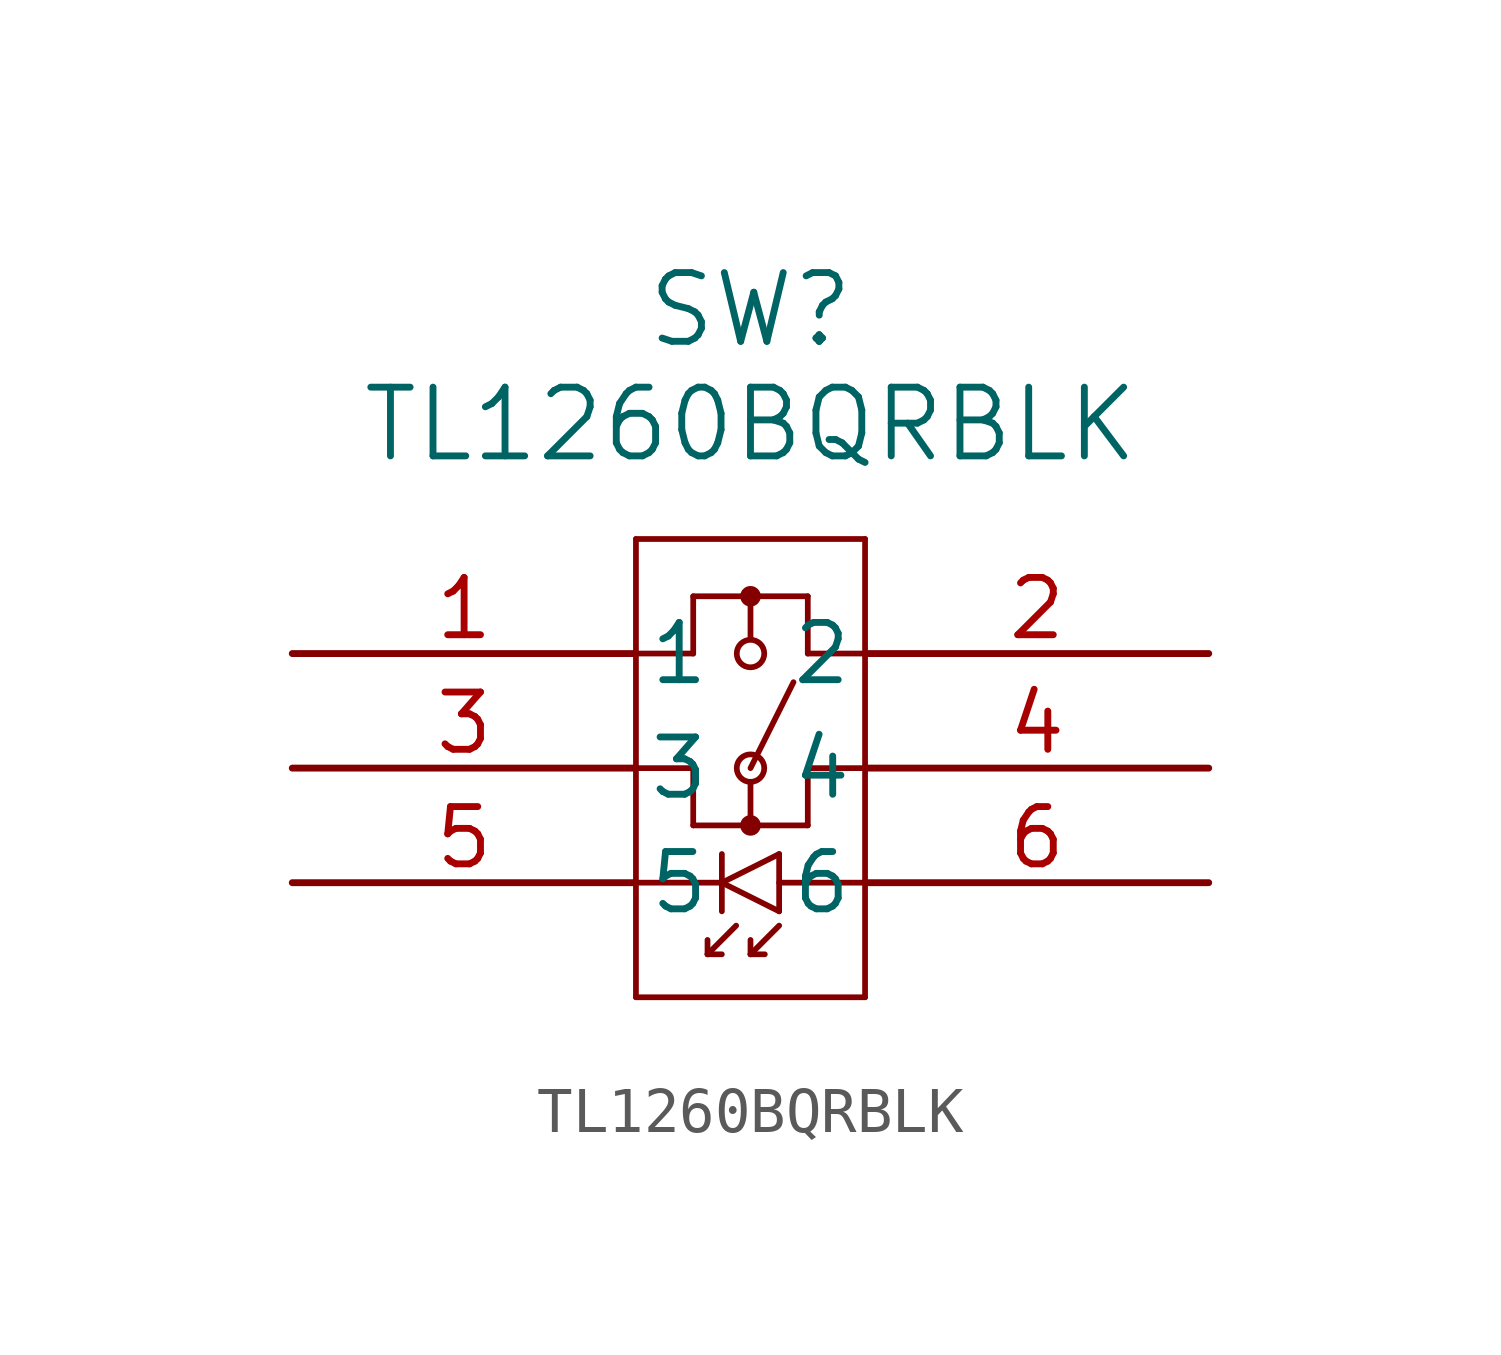
<source format=kicad_sym>
(kicad_symbol_lib
  (version 20211014)
  (generator kicad_symbol_editor)
  (symbol "TL1260BQRBLK"
    (pin_names
      (offset 0.254))
    (property "Reference" "SW"
      (at 10.16 7.62 0)
      (effects (font (size 1.524 1.524))))
    (property "Value" "TL1260BQRBLK"
      (at 10.16 5.08 0)
      (effects (font (size 1.524 1.524))))
    (symbol "TL1260BQRBLK_0_1"
      (polyline (pts (xy 7.62 2.54) (xy 7.62 -7.62)) (stroke (width 0.127) (type default) (color 0 0 0 0)) (fill (type none)))
      (polyline (pts (xy 7.62 -7.62) (xy 12.7 -7.62)) (stroke (width 0.127) (type default) (color 0 0 0 0)) (fill (type none)))
      (polyline (pts (xy 12.7 -7.62) (xy 12.7 2.54)) (stroke (width 0.127) (type default) (color 0 0 0 0)) (fill (type none)))
      (polyline (pts (xy 12.7 2.54) (xy 7.62 2.54)) (stroke (width 0.127) (type default) (color 0 0 0 0)) (fill (type none)))
      (polyline (pts (xy 7.62 0) (xy 8.89 0)) (stroke (width 0.127) (type default) (color 0 0 0 0)) (fill (type none)))
      (polyline (pts (xy 8.89 0) (xy 8.89 1.27)) (stroke (width 0.127) (type default) (color 0 0 0 0)) (fill (type none)))
      (polyline (pts (xy 8.89 1.27) (xy 11.43 1.27)) (stroke (width 0.127) (type default) (color 0 0 0 0)) (fill (type none)))
      (polyline (pts (xy 11.43 1.27) (xy 11.43 0)) (stroke (width 0.127) (type default) (color 0 0 0 0)) (fill (type none)))
      (polyline (pts (xy 11.43 0) (xy 12.7 0)) (stroke (width 0.127) (type default) (color 0 0 0 0)) (fill (type none)))
      (polyline (pts (xy 7.62 -2.54) (xy 8.89 -2.54)) (stroke (width 0.127) (type default) (color 0 0 0 0)) (fill (type none)))
      (polyline (pts (xy 8.89 -2.54) (xy 8.89 -3.81)) (stroke (width 0.127) (type default) (color 0 0 0 0)) (fill (type none)))
      (polyline (pts (xy 8.89 -3.81) (xy 11.43 -3.81)) (stroke (width 0.127) (type default) (color 0 0 0 0)) (fill (type none)))
      (polyline (pts (xy 11.43 -3.81) (xy 11.43 -2.54)) (stroke (width 0.127) (type default) (color 0 0 0 0)) (fill (type none)))
      (polyline (pts (xy 11.43 -2.54) (xy 12.7 -2.54)) (stroke (width 0.127) (type default) (color 0 0 0 0)) (fill (type none)))
      (polyline (pts (xy 10.16 -2.857) (xy 10.16 -3.81)) (stroke (width 0.127) (type default) (color 0 0 0 0)) (fill (type none)))
      (polyline (pts (xy 10.16 0.318) (xy 10.16 1.27)) (stroke (width 0.127) (type default) (color 0 0 0 0)) (fill (type none)))
      (circle (center 10.16 0) (radius 0.305) (stroke (width 0.127) (type default) (color 0 0 0 0)) (fill (type none)))
      (circle (center 10.16 -2.54) (radius 0.305) (stroke (width 0.127) (type default) (color 0 0 0 0)) (fill (type none)))
      (polyline (pts (xy 10.16 -2.54) (xy 11.113 -0.635)) (stroke (width 0.127) (type default) (color 0 0 0 0)) (fill (type none)))
      (circle (center 10.16 1.27) (radius 0.127) (stroke (width 0.203) (type default) (color 0 0 0 0)) (fill (type none)))
      (circle (center 10.16 -3.81) (radius 0.127) (stroke (width 0.203) (type default) (color 0 0 0 0)) (fill (type none)))
      (polyline (pts (xy 7.62 -5.08) (xy 9.525 -5.08)) (stroke (width 0.127) (type default) (color 0 0 0 0)) (fill (type none)))
      (polyline (pts (xy 10.795 -5.08) (xy 12.7 -5.08)) (stroke (width 0.127) (type default) (color 0 0 0 0)) (fill (type none)))
      (polyline (pts (xy 10.795 -4.445) (xy 10.795 -5.715)) (stroke (width 0.127) (type default) (color 0 0 0 0)) (fill (type none)))
      (polyline (pts (xy 9.525 -5.08) (xy 10.795 -5.715)) (stroke (width 0.127) (type default) (color 0 0 0 0)) (fill (type none)))
      (polyline (pts (xy 10.795 -4.445) (xy 9.525 -5.08)) (stroke (width 0.127) (type default) (color 0 0 0 0)) (fill (type none)))
      (polyline (pts (xy 9.525 -4.445) (xy 9.525 -5.715)) (stroke (width 0.127) (type default) (color 0 0 0 0)) (fill (type none)))
      (polyline (pts (xy 9.842 -6.032) (xy 9.207 -6.668)) (stroke (width 0.127) (type default) (color 0 0 0 0)) (fill (type none)))
      (polyline (pts (xy 9.207 -6.668) (xy 9.207 -6.35)) (stroke (width 0.127) (type default) (color 0 0 0 0)) (fill (type none)))
      (polyline (pts (xy 9.207 -6.668) (xy 9.525 -6.668)) (stroke (width 0.127) (type default) (color 0 0 0 0)) (fill (type none)))
      (polyline (pts (xy 10.795 -6.032) (xy 10.16 -6.668)) (stroke (width 0.127) (type default) (color 0 0 0 0)) (fill (type none)))
      (polyline (pts (xy 10.16 -6.668) (xy 10.16 -6.35)) (stroke (width 0.127) (type default) (color 0 0 0 0)) (fill (type none)))
      (polyline (pts (xy 10.16 -6.668) (xy 10.477 -6.668)) (stroke (width 0.127) (type default) (color 0 0 0 0)) (fill (type none)))
      (pin unspecified line (at 0 0 0) (length 7.62) (name "1" (effects (font (size 1.27 1.27)))) (number "1" (effects (font (size 1.27 1.27)))))
      (pin unspecified line (at 20.32 0 180) (length 7.62) (name "2" (effects (font (size 1.27 1.27)))) (number "2" (effects (font (size 1.27 1.27)))))
      (pin unspecified line (at 0 -2.54 0) (length 7.62) (name "3" (effects (font (size 1.27 1.27)))) (number "3" (effects (font (size 1.27 1.27)))))
      (pin unspecified line (at 20.32 -2.54 180) (length 7.62) (name "4" (effects (font (size 1.27 1.27)))) (number "4" (effects (font (size 1.27 1.27)))))
      (pin unspecified line (at 0 -5.08 0) (length 7.62) (name "5" (effects (font (size 1.27 1.27)))) (number "5" (effects (font (size 1.27 1.27)))))
      (pin unspecified line (at 20.32 -5.08 180) (length 7.62) (name "6" (effects (font (size 1.27 1.27)))) (number "6" (effects (font (size 1.27 1.27))))))))
</source>
